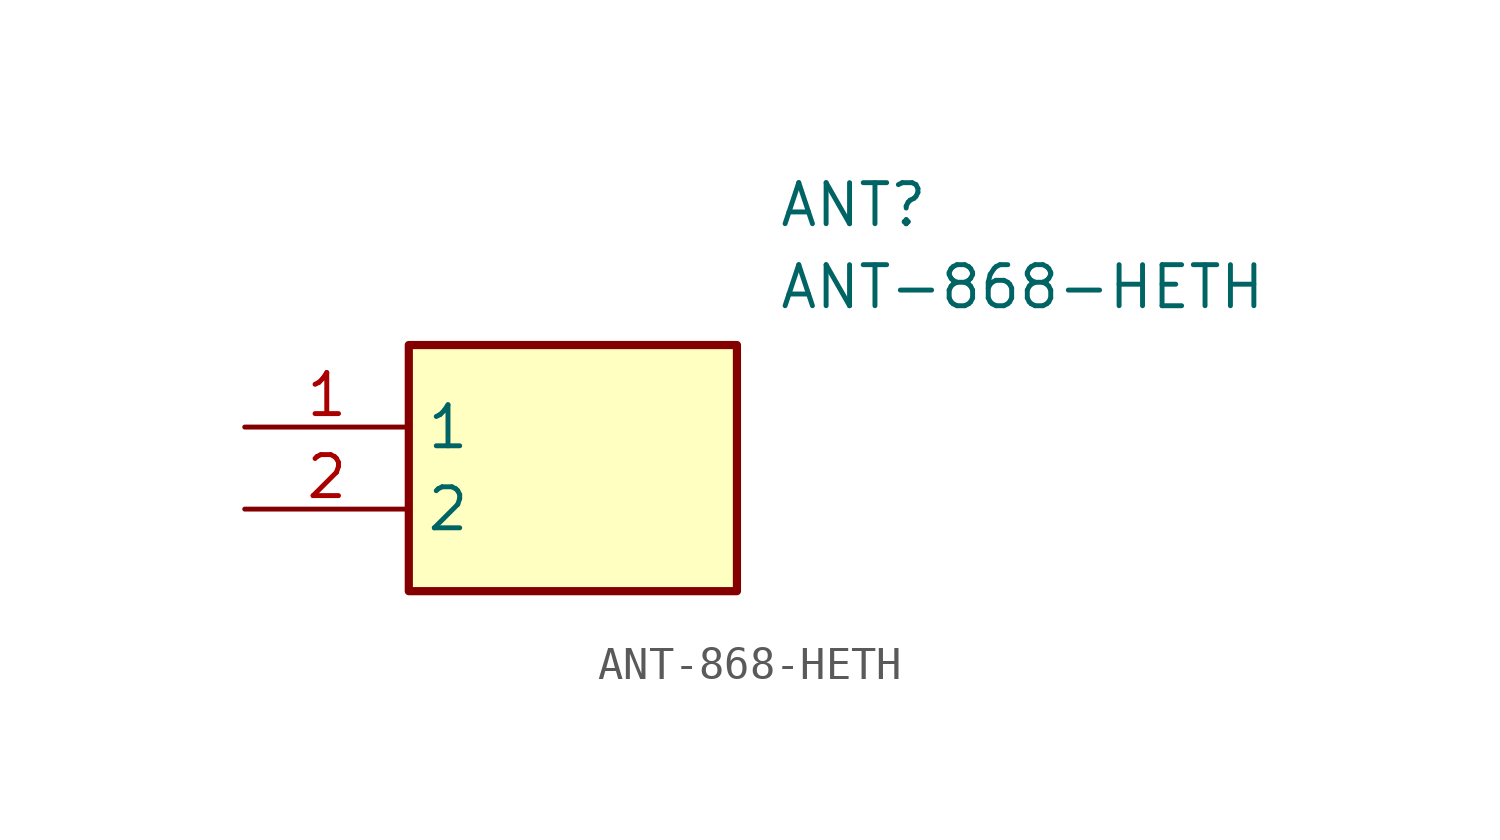
<source format=kicad_sym>
(kicad_symbol_lib
  (version 20241209)
  (generator "kicad_symbol_editor")
  (generator_version "9.0")
  (symbol "ANT-868-HETH"
    (property "Reference" "ANT"
      (at 16.51 7.62 0)
      (effects (font (size 1.27 1.27)) (justify left top)))
    (property "Value" "ANT-868-HETH"
      (at 16.51 5.08 0)
      (effects (font (size 1.27 1.27)) (justify left top)))
    (symbol "ANT-868-HETH_1_1"
      (rectangle (start 5.08 2.54) (end 15.24 -5.08) (stroke (width 0.254) (type default)) (fill (type background)))
      (pin passive line (at 0 0 0) (length 5.08) (name "1" (effects (font (size 1.27 1.27)))) (number "1" (effects (font (size 1.27 1.27)))))
      (pin passive line (at 0 -2.54 0) (length 5.08) (name "2" (effects (font (size 1.27 1.27)))) (number "2" (effects (font (size 1.27 1.27))))))))
</source>
